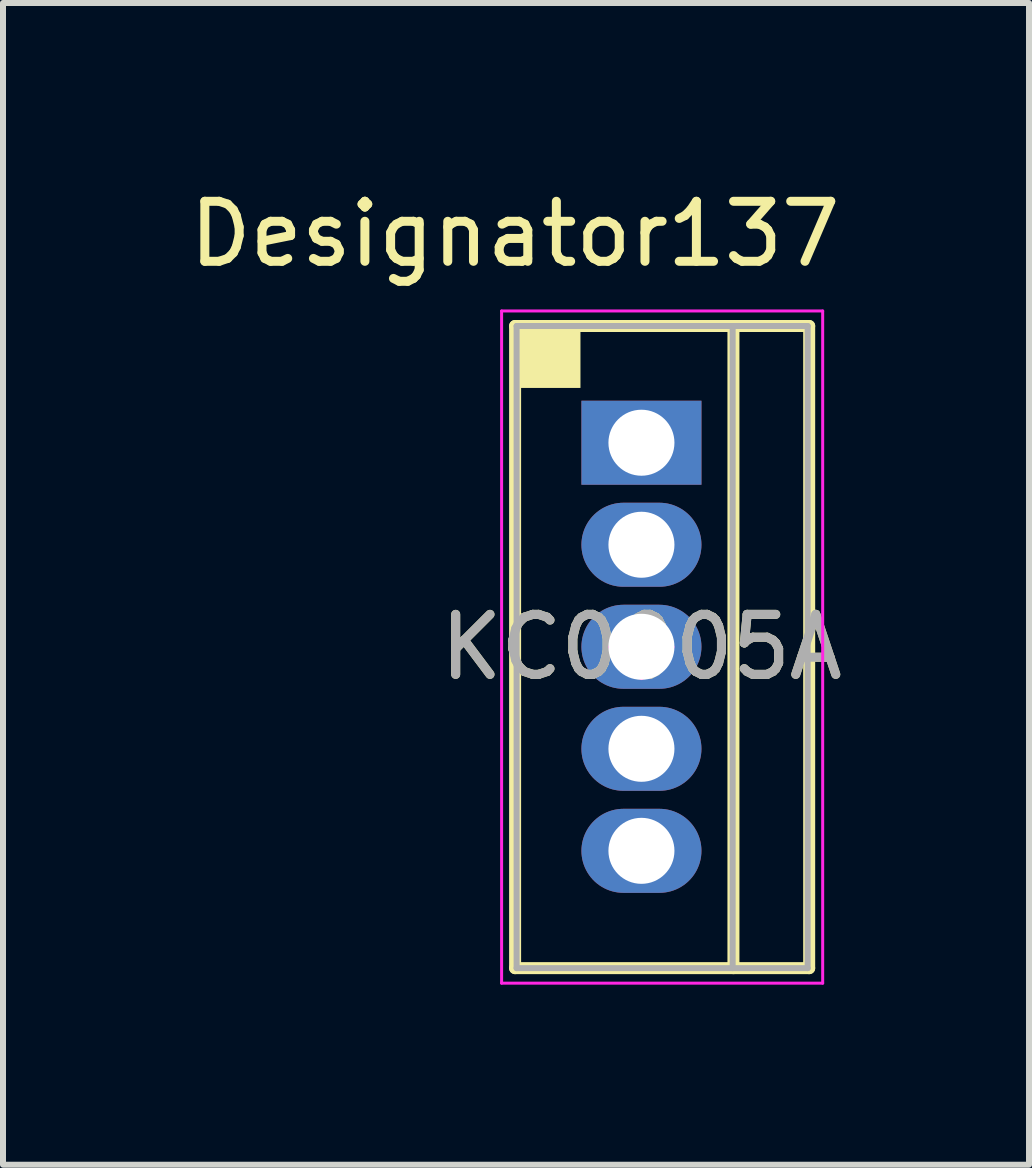
<source format=kicad_pcb>
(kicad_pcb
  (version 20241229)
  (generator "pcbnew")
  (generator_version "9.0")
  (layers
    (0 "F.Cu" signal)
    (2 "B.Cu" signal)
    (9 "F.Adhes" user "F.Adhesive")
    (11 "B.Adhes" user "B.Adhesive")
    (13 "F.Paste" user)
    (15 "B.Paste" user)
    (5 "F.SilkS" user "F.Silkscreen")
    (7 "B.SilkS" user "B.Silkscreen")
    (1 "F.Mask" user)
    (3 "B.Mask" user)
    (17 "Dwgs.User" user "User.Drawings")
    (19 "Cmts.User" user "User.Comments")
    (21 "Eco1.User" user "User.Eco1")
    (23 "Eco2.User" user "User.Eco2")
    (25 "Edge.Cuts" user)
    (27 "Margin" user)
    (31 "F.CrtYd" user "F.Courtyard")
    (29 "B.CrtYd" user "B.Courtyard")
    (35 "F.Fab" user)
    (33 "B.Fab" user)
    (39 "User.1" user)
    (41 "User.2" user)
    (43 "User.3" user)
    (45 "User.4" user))
  (footprint "KC0005A"
    (layer "F.Cu")
    (at 7.638 7.732)
    (property "Reference" "KC0005A" (at 0 0 0) (unlocked yes) (layer "F.SilkS") (effects (font (size 1 1) (thickness 0.15))))
    (attr through_hole)
    (fp_line (start -2.105 -5.35) (end 2.795 -5.35) (stroke (width 0.2) (type solid)) (layer "F.SilkS"))
    (fp_line (start -2.105 5.35) (end -2.105 -5.35) (stroke (width 0.2) (type solid)) (layer "F.SilkS"))
    (fp_line (start -2.105 5.35) (end 2.795 5.35) (stroke (width 0.2) (type solid)) (layer "F.SilkS"))
    (fp_line (start 1.533 5.35) (end 1.533 -5.35) (stroke (width 0.2) (type solid)) (layer "F.SilkS"))
    (fp_line (start 2.795 5.35) (end 2.795 -5.35) (stroke (width 0.2) (type solid)) (layer "F.SilkS"))
    (fp_poly (pts (xy -2.127 -4.318) (xy -1.016 -4.318) (xy -1.016 -5.35) (xy -2.127 -5.35)) (stroke (width 0) (type solid)) (fill yes) (layer "F.SilkS"))
    (fp_line (start -2.33 -5.6) (end 3.02 -5.6) (stroke (width 0.05) (type solid)) (layer "F.CrtYd"))
    (fp_line (start -2.33 5.6) (end -2.33 -5.6) (stroke (width 0.05) (type solid)) (layer "F.CrtYd"))
    (fp_line (start -2.33 5.6) (end 3.02 5.6) (stroke (width 0.05) (type solid)) (layer "F.CrtYd"))
    (fp_line (start -0.5 0) (end 0.5 0) (stroke (width 0.1) (type solid)) (layer "F.CrtYd"))
    (fp_line (start 0 0.5) (end 0 -0.5) (stroke (width 0.1) (type solid)) (layer "F.CrtYd"))
    (fp_line (start 3.02 5.6) (end 3.02 -5.6) (stroke (width 0.05) (type solid)) (layer "F.CrtYd"))
    (fp_line (start -2.08 -5.35) (end 2.77 -5.35) (stroke (width 0.1) (type solid)) (layer "F.Fab"))
    (fp_line (start -2.08 5.35) (end -2.08 -5.35) (stroke (width 0.1) (type solid)) (layer "F.Fab"))
    (fp_line (start -2.08 5.35) (end 2.77 5.35) (stroke (width 0.1) (type solid)) (layer "F.Fab"))
    (fp_line (start 1.52 5.35) (end 1.52 -5.35) (stroke (width 0.1) (type solid)) (layer "F.Fab"))
    (fp_line (start 2.77 5.35) (end 2.77 -5.35) (stroke (width 0.1) (type solid)) (layer "F.Fab"))
    (fp_text user "Designator137" (at -2.108 -6.883 0) (unlocked yes) (layer "F.SilkS") (effects (font (size 1 1) (thickness 0.15))))
    (fp_text user "${REFERENCE}" (at 0 0 0) (unlocked yes) (layer "F.Fab") (effects (font (size 1 1) (thickness 0.15))))
    (pad "1" thru_hole rect (at 0 -3.405) (size 2 1.4) (drill 1.1) (layers "*.Cu" "*.Mask"))
    (pad "2" thru_hole oval (at 0 -1.705) (size 2 1.4) (drill 1.1) (layers "*.Cu" "*.Mask"))
    (pad "3" thru_hole oval (at 0 -0.005) (size 2 1.4) (drill 1.1) (layers "*.Cu" "*.Mask"))
    (pad "4" thru_hole oval (at 0 1.695) (size 2 1.4) (drill 1.1) (layers "*.Cu" "*.Mask"))
    (pad "5" thru_hole oval (at 0 3.395) (size 2 1.4) (drill 1.1) (layers "*.Cu" "*.Mask")))
  (gr_rect
    (start -3 -3)
    (end 14.096 16.357)
    (stroke (width 0.1) (type default))
    (fill no)
    (layer "Edge.Cuts")))
</source>
